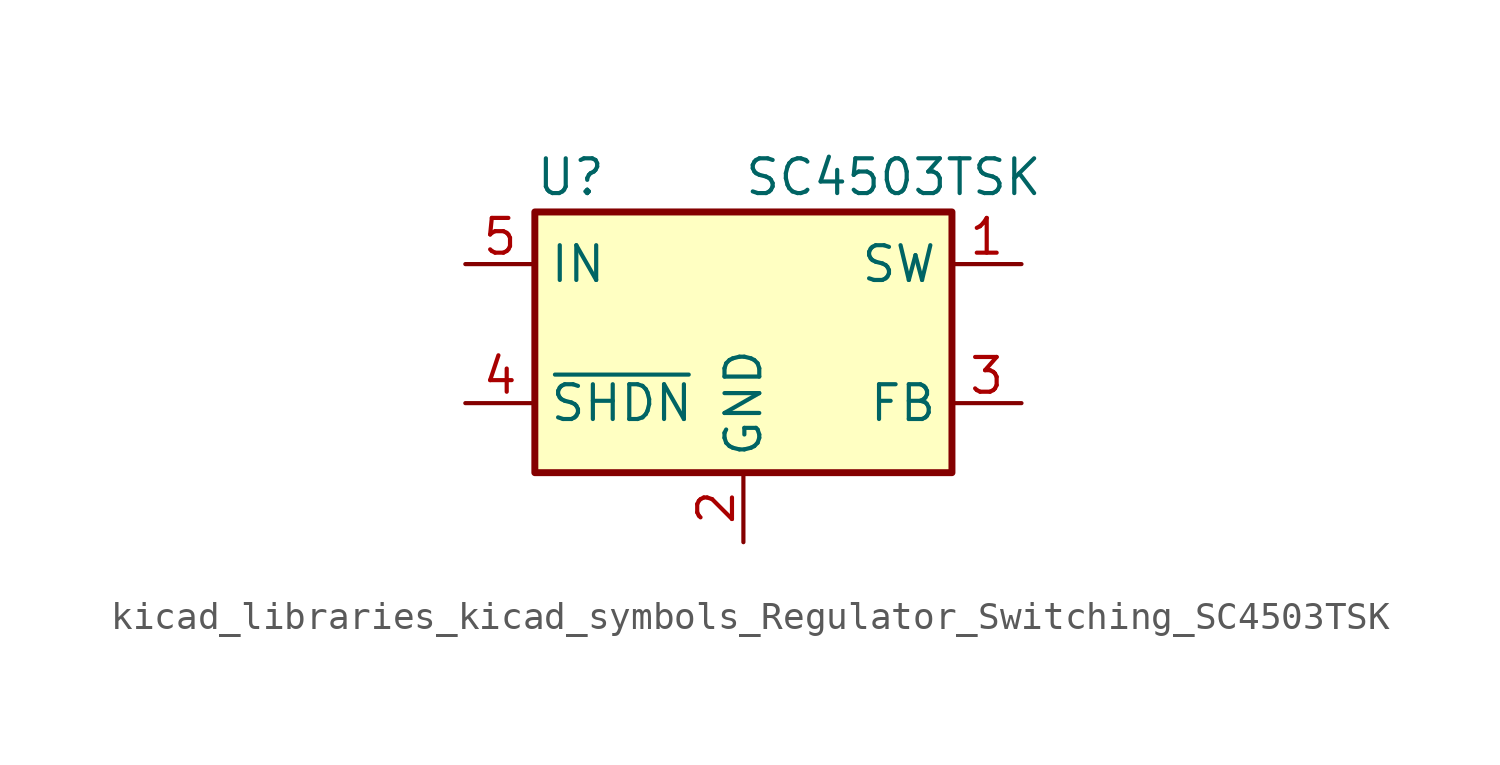
<source format=kicad_sym>
(kicad_symbol_lib
  (version 20220914)
  (generator kicad_symbol_editor)
  (symbol "kicad_libraries_kicad_symbols_Regulator_Switching_SC4503TSK"
    (property "Reference" "U"
      (at -7.62 5.715 0)
      (effects (font (size 1.27 1.27)) (justify left)))
    (property "Value" "SC4503TSK"
      (at 0 5.715 0)
      (effects (font (size 1.27 1.27)) (justify left)))
    (symbol "kicad_libraries_kicad_symbols_Regulator_Switching_SC4503TSK_0_1"
      (rectangle (start -7.62 4.445) (end 7.62 -5.08) (stroke (width 0.254) (type default)) (fill (type background))))
    (symbol "kicad_libraries_kicad_symbols_Regulator_Switching_SC4503TSK_1_1"
      (pin passive line (at 10.16 2.54 180) (length 2.54) (name "SW" (effects (font (size 1.27 1.27)))) (number "1" (effects (font (size 1.27 1.27)))))
      (pin power_in line (at 0 -7.62 90) (length 2.54) (name "GND" (effects (font (size 1.27 1.27)))) (number "2" (effects (font (size 1.27 1.27)))))
      (pin input line (at 10.16 -2.54 180) (length 2.54) (name "FB" (effects (font (size 1.27 1.27)))) (number "3" (effects (font (size 1.27 1.27)))))
      (pin input line (at -10.16 -2.54 0) (length 2.54) (name "~{SHDN}" (effects (font (size 1.27 1.27)))) (number "4" (effects (font (size 1.27 1.27)))))
      (pin power_in line (at -10.16 2.54 0) (length 2.54) (name "IN" (effects (font (size 1.27 1.27)))) (number "5" (effects (font (size 1.27 1.27))))))))
</source>
